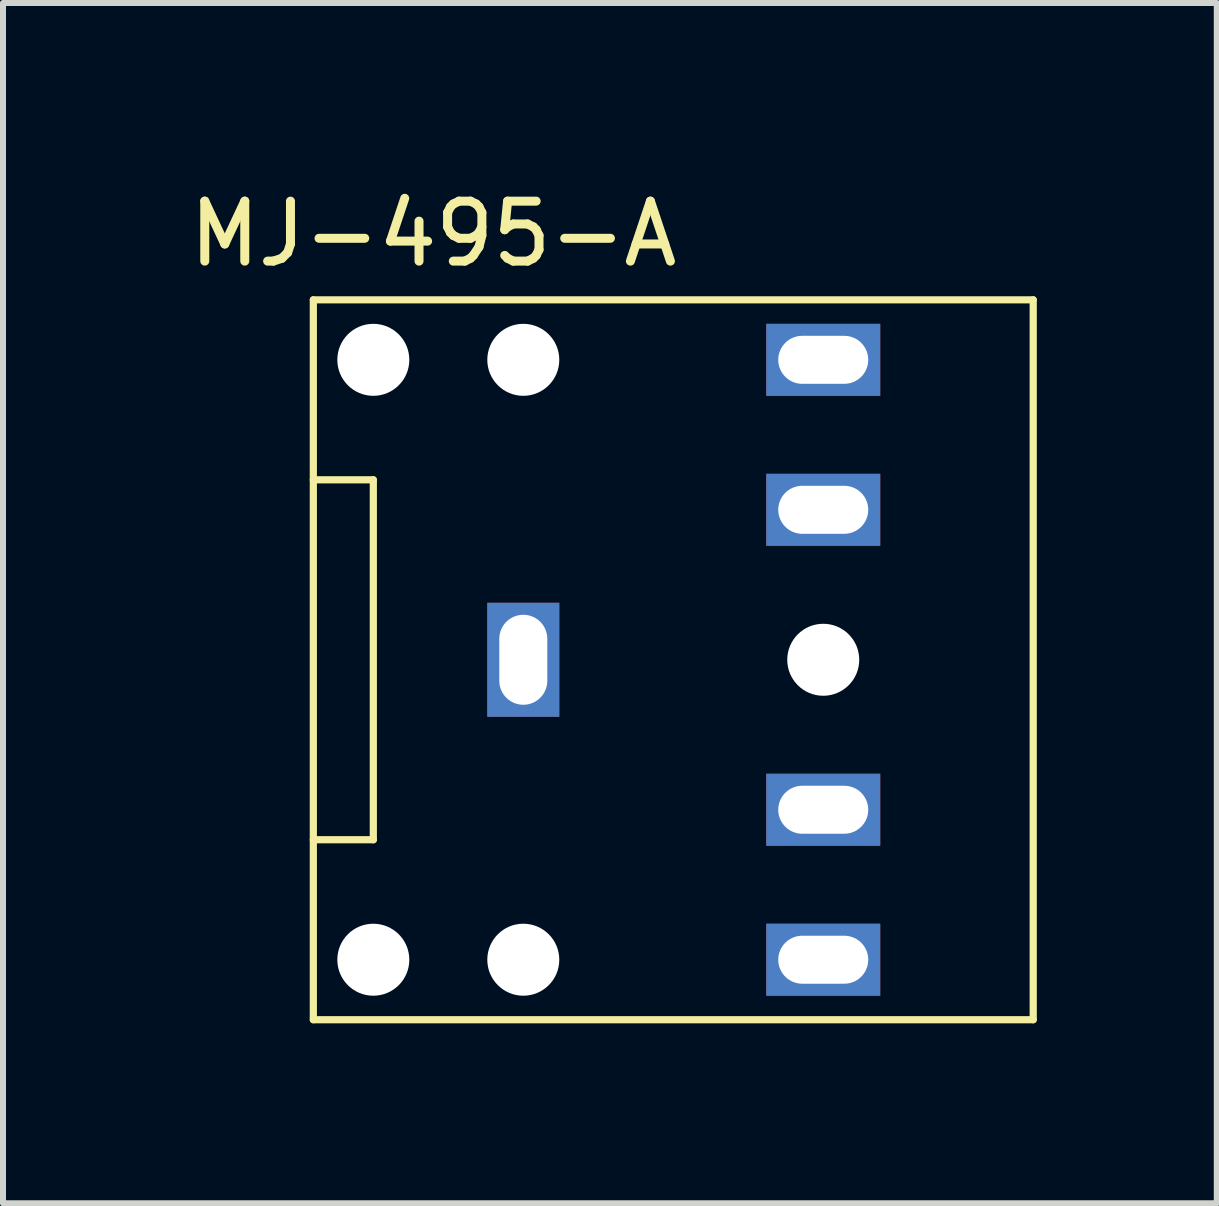
<source format=kicad_pcb>
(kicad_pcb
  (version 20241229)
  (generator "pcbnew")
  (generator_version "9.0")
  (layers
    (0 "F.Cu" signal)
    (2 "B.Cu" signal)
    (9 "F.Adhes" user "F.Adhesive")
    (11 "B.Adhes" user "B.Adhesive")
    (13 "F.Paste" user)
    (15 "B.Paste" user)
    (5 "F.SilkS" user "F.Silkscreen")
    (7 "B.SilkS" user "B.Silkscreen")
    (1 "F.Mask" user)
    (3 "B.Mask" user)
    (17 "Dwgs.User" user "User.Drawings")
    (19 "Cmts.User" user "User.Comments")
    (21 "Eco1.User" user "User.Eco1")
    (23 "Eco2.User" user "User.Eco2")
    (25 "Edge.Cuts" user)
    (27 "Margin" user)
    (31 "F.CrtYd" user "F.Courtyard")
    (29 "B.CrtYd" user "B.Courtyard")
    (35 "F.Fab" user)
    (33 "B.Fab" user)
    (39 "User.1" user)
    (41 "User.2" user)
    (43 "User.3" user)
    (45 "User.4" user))
  (footprint "MJ-495-A"
    (layer "F.Cu")
    (at 3.173 7.948)
    (property "Reference" "MJ-495-A" (at 1 -7.1 0) (layer "F.SilkS") (effects (font (size 1 1) (thickness 0.15))))
    (attr through_hole)
    (fp_line (start -1 -6) (end 11 -6) (stroke (width 0.12) (type solid)) (layer "F.SilkS"))
    (fp_line (start -1 -3) (end 0 -3) (stroke (width 0.12) (type solid)) (layer "F.SilkS"))
    (fp_line (start -1 6) (end -1 -6) (stroke (width 0.12) (type solid)) (layer "F.SilkS"))
    (fp_line (start 0 -3) (end 0 3) (stroke (width 0.12) (type solid)) (layer "F.SilkS"))
    (fp_line (start 0 3) (end -1 3) (stroke (width 0.12) (type solid)) (layer "F.SilkS"))
    (fp_line (start 11 -6) (end 11 6) (stroke (width 0.12) (type solid)) (layer "F.SilkS"))
    (fp_line (start 11 6) (end -1 6) (stroke (width 0.12) (type solid)) (layer "F.SilkS"))
    (pad "" np_thru_hole circle (at 0 -5 90) (size 1.2 1.2) (drill 1.2) (layers "*.Cu" "*.Mask"))
    (pad "" np_thru_hole circle (at 0 5 90) (size 1.2 1.2) (drill 1.2) (layers "*.Cu" "*.Mask"))
    (pad "" np_thru_hole circle (at 2.5 -5 90) (size 1.2 1.2) (drill 1.2) (layers "*.Cu" "*.Mask"))
    (pad "" np_thru_hole circle (at 2.5 5 90) (size 1.2 1.2) (drill 1.2) (layers "*.Cu" "*.Mask"))
    (pad "" np_thru_hole circle (at 7.5 0 90) (size 1.2 1.2) (drill 1.2) (layers "*.Cu" "*.Mask"))
    (pad "R" thru_hole rect (at 7.5 5) (size 1.9 1.2) (drill oval 1.5 0.8) (layers "*.Cu" "*.Mask"))
    (pad "RN" thru_hole rect (at 7.5 2.5) (size 1.9 1.2) (drill oval 1.5 0.8) (layers "*.Cu" "*.Mask"))
    (pad "S" thru_hole rect (at 2.5 0 90) (size 1.9 1.2) (drill oval 1.5 0.8) (layers "*.Cu" "*.Mask"))
    (pad "T" thru_hole rect (at 7.5 -5) (size 1.9 1.2) (drill oval 1.5 0.8) (layers "*.Cu" "*.Mask"))
    (pad "TN" thru_hole rect (at 7.5 -2.5) (size 1.9 1.2) (drill oval 1.5 0.8) (layers "*.Cu" "*.Mask")))
  (gr_rect
    (start -3 -3)
    (end 17.233 17.008)
    (stroke (width 0.1) (type default))
    (fill no)
    (layer "Edge.Cuts")))
</source>
